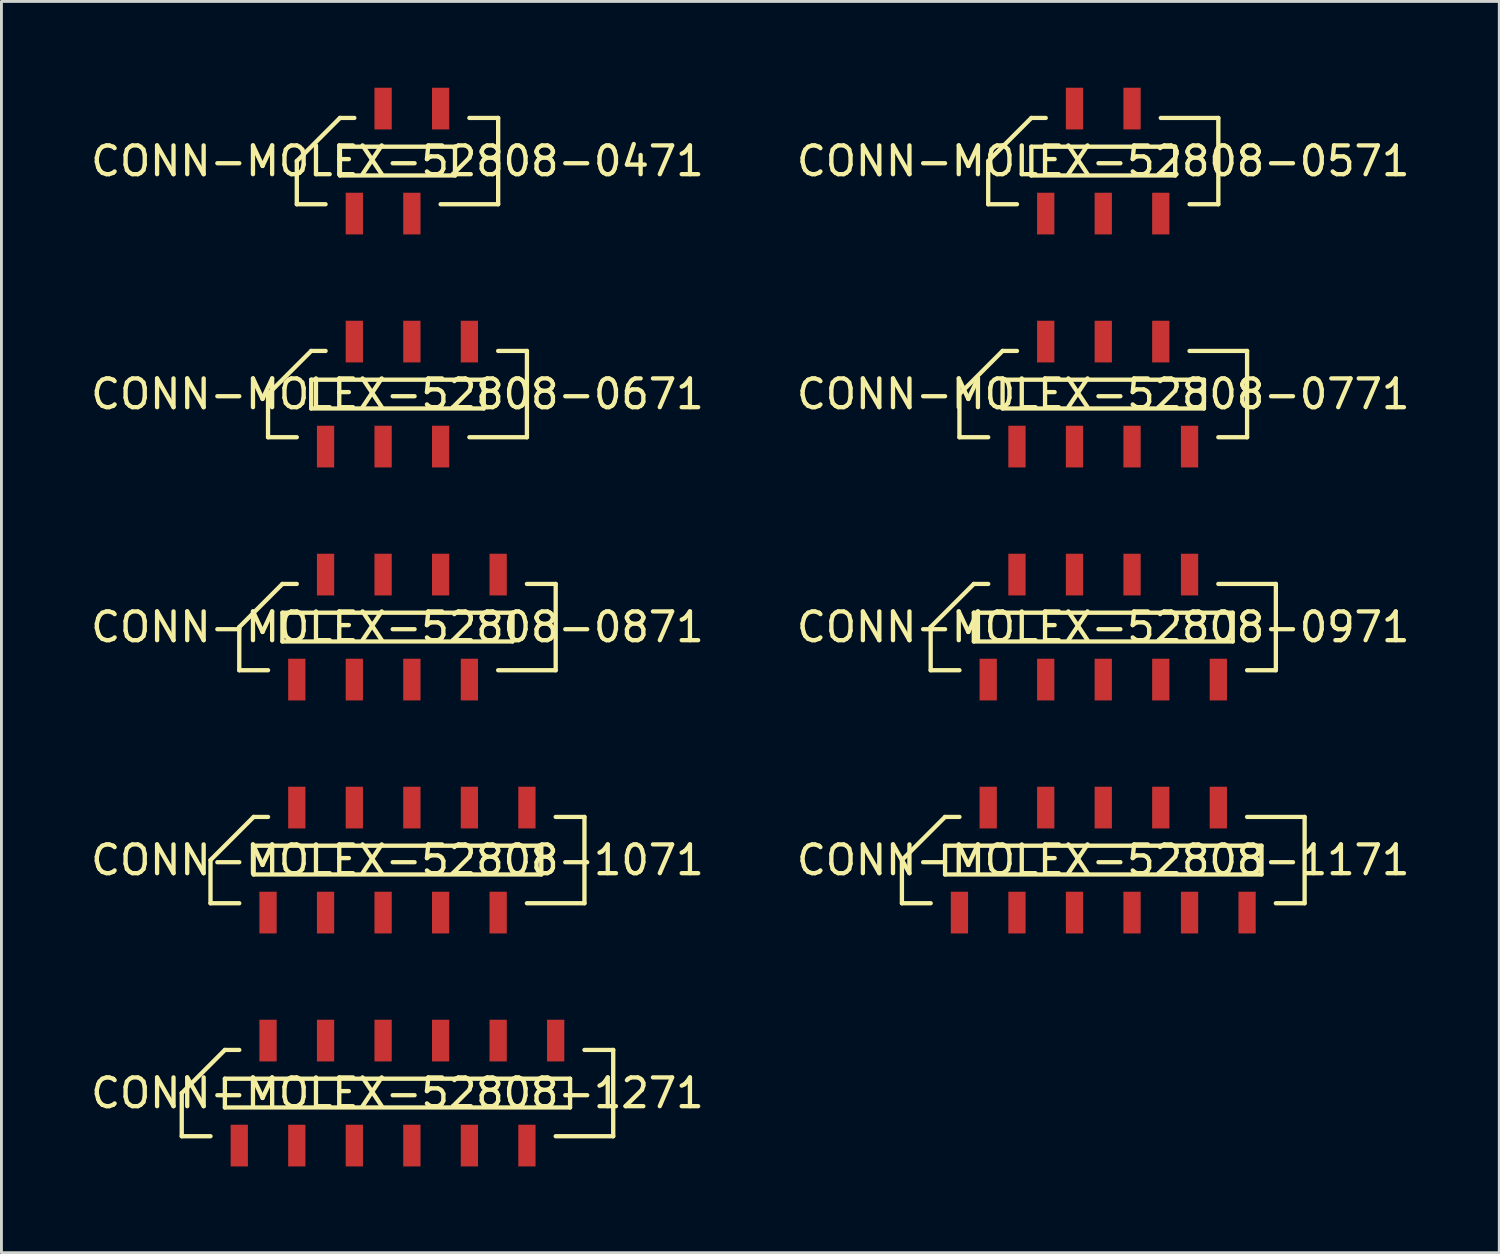
<source format=kicad_pcb>
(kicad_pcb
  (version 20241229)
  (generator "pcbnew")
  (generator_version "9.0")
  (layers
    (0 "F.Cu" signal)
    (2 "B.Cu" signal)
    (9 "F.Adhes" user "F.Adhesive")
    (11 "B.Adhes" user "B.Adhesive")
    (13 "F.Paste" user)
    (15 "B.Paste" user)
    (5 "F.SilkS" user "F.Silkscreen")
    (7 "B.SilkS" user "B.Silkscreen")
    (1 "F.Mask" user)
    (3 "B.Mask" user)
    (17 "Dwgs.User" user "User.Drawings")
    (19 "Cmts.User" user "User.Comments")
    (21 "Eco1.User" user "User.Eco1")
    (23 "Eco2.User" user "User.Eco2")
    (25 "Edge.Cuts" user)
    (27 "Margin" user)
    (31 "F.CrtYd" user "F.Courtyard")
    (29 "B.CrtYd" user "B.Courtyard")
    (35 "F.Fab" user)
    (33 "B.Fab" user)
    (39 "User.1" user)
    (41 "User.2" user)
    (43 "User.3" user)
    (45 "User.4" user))
  (footprint "CONN-MOLEX-52808-0871"
    (layer "F.Cu")
    (at 10.768 18.75)
    (property "Reference" "CONN-MOLEX-52808-0871" (at 0 0 0) (layer "F.SilkS") (effects (font (size 1 1) (thickness 0.15))))
    (attr through_hole)
    (fp_line (start -5.5 0) (end -5.5 1.5) (stroke (width 0.15) (type solid)) (layer "F.SilkS"))
    (fp_line (start -5.5 0) (end -4 -1.5) (stroke (width 0.15) (type solid)) (layer "F.SilkS"))
    (fp_line (start -4.5 1.5) (end -5.5 1.5) (stroke (width 0.15) (type solid)) (layer "F.SilkS"))
    (fp_line (start -4 -0.5) (end -4 0.5) (stroke (width 0.15) (type solid)) (layer "F.SilkS"))
    (fp_line (start -4 -0.5) (end 4 -0.5) (stroke (width 0.15) (type solid)) (layer "F.SilkS"))
    (fp_line (start -3.5 -1.5) (end -4 -1.5) (stroke (width 0.15) (type solid)) (layer "F.SilkS"))
    (fp_line (start 4 -0.5) (end 4 0.5) (stroke (width 0.15) (type solid)) (layer "F.SilkS"))
    (fp_line (start 4 0.5) (end -4 0.5) (stroke (width 0.15) (type solid)) (layer "F.SilkS"))
    (fp_line (start 4.5 -1.5) (end 5.5 -1.5) (stroke (width 0.15) (type solid)) (layer "F.SilkS"))
    (fp_line (start 5.5 -1.5) (end 5.5 1.5) (stroke (width 0.15) (type solid)) (layer "F.SilkS"))
    (fp_line (start 5.5 1.5) (end 3.5 1.5) (stroke (width 0.15) (type solid)) (layer "F.SilkS"))
    (pad "1" smd rect (at -3.5 1.825) (size 0.6 1.45) (layers "F.Cu" "F.Mask" "F.Paste"))
    (pad "2" smd rect (at -2.5 -1.825) (size 0.6 1.45) (layers "F.Cu" "F.Mask" "F.Paste"))
    (pad "3" smd rect (at -1.5 1.825) (size 0.6 1.45) (layers "F.Cu" "F.Mask" "F.Paste"))
    (pad "4" smd rect (at -0.5 -1.825) (size 0.6 1.45) (layers "F.Cu" "F.Mask" "F.Paste"))
    (pad "5" smd rect (at 0.5 1.825) (size 0.6 1.45) (layers "F.Cu" "F.Mask" "F.Paste"))
    (pad "6" smd rect (at 1.5 -1.825) (size 0.6 1.45) (layers "F.Cu" "F.Mask" "F.Paste"))
    (pad "7" smd rect (at 2.5 1.825) (size 0.6 1.45) (layers "F.Cu" "F.Mask" "F.Paste"))
    (pad "8" smd rect (at 3.5 -1.825) (size 0.6 1.45) (layers "F.Cu" "F.Mask" "F.Paste")))
  (footprint "CONN-MOLEX-52808-1171"
    (layer "F.Cu")
    (at 35.304 26.85)
    (property "Reference" "CONN-MOLEX-52808-1171" (at 0 0 0) (layer "F.SilkS") (effects (font (size 1 1) (thickness 0.15))))
    (attr through_hole)
    (fp_line (start -7 0) (end -7 1.5) (stroke (width 0.15) (type solid)) (layer "F.SilkS"))
    (fp_line (start -7 0) (end -5.5 -1.5) (stroke (width 0.15) (type solid)) (layer "F.SilkS"))
    (fp_line (start -6 1.5) (end -7 1.5) (stroke (width 0.15) (type solid)) (layer "F.SilkS"))
    (fp_line (start -5.5 -0.5) (end -5.5 0.5) (stroke (width 0.15) (type solid)) (layer "F.SilkS"))
    (fp_line (start -5.5 0.5) (end 5.5 0.5) (stroke (width 0.15) (type solid)) (layer "F.SilkS"))
    (fp_line (start -5 -1.5) (end -5.5 -1.5) (stroke (width 0.15) (type solid)) (layer "F.SilkS"))
    (fp_line (start 5.5 -0.5) (end -5.5 -0.5) (stroke (width 0.15) (type solid)) (layer "F.SilkS"))
    (fp_line (start 5.5 0.5) (end 5.5 -0.5) (stroke (width 0.15) (type solid)) (layer "F.SilkS"))
    (fp_line (start 6 1.5) (end 7 1.5) (stroke (width 0.15) (type solid)) (layer "F.SilkS"))
    (fp_line (start 7 -1.5) (end 5 -1.5) (stroke (width 0.15) (type solid)) (layer "F.SilkS"))
    (fp_line (start 7 -1.5) (end 7 1.5) (stroke (width 0.15) (type solid)) (layer "F.SilkS"))
    (pad "1" smd rect (at -5 1.825) (size 0.6 1.45) (layers "F.Cu" "F.Mask" "F.Paste"))
    (pad "2" smd rect (at -4 -1.825) (size 0.6 1.45) (layers "F.Cu" "F.Mask" "F.Paste"))
    (pad "3" smd rect (at -3 1.825) (size 0.6 1.45) (layers "F.Cu" "F.Mask" "F.Paste"))
    (pad "4" smd rect (at -2 -1.825) (size 0.6 1.45) (layers "F.Cu" "F.Mask" "F.Paste"))
    (pad "5" smd rect (at -1 1.825) (size 0.6 1.45) (layers "F.Cu" "F.Mask" "F.Paste"))
    (pad "6" smd rect (at 0 -1.825) (size 0.6 1.45) (layers "F.Cu" "F.Mask" "F.Paste"))
    (pad "7" smd rect (at 1 1.825) (size 0.6 1.45) (layers "F.Cu" "F.Mask" "F.Paste"))
    (pad "8" smd rect (at 2 -1.825) (size 0.6 1.45) (layers "F.Cu" "F.Mask" "F.Paste"))
    (pad "9" smd rect (at 3 1.825) (size 0.6 1.45) (layers "F.Cu" "F.Mask" "F.Paste"))
    (pad "10" smd rect (at 4 -1.825) (size 0.6 1.45) (layers "F.Cu" "F.Mask" "F.Paste"))
    (pad "11" smd rect (at 5 1.825) (size 0.6 1.45) (layers "F.Cu" "F.Mask" "F.Paste")))
  (footprint "CONN-MOLEX-52808-0971"
    (layer "F.Cu")
    (at 35.304 18.75)
    (property "Reference" "CONN-MOLEX-52808-0971" (at 0 0 0) (layer "F.SilkS") (effects (font (size 1 1) (thickness 0.15))))
    (attr through_hole)
    (fp_line (start -6 0) (end -6 1.5) (stroke (width 0.15) (type solid)) (layer "F.SilkS"))
    (fp_line (start -6 0) (end -4.5 -1.5) (stroke (width 0.15) (type solid)) (layer "F.SilkS"))
    (fp_line (start -5 1.5) (end -6 1.5) (stroke (width 0.15) (type solid)) (layer "F.SilkS"))
    (fp_line (start -4.5 -0.5) (end -4.5 0.5) (stroke (width 0.15) (type solid)) (layer "F.SilkS"))
    (fp_line (start -4.5 -0.5) (end 4.5 -0.5) (stroke (width 0.15) (type solid)) (layer "F.SilkS"))
    (fp_line (start -4 -1.5) (end -4.5 -1.5) (stroke (width 0.15) (type solid)) (layer "F.SilkS"))
    (fp_line (start 4.5 -0.5) (end 4.5 0.5) (stroke (width 0.15) (type solid)) (layer "F.SilkS"))
    (fp_line (start 4.5 0.5) (end -4.5 0.5) (stroke (width 0.15) (type solid)) (layer "F.SilkS"))
    (fp_line (start 5 1.5) (end 6 1.5) (stroke (width 0.15) (type solid)) (layer "F.SilkS"))
    (fp_line (start 6 -1.5) (end 4 -1.5) (stroke (width 0.15) (type solid)) (layer "F.SilkS"))
    (fp_line (start 6 -1.5) (end 6 1.5) (stroke (width 0.15) (type solid)) (layer "F.SilkS"))
    (pad "1" smd rect (at -4 1.825) (size 0.6 1.45) (layers "F.Cu" "F.Mask" "F.Paste"))
    (pad "2" smd rect (at -3 -1.825) (size 0.6 1.45) (layers "F.Cu" "F.Mask" "F.Paste"))
    (pad "3" smd rect (at -2 1.825) (size 0.6 1.45) (layers "F.Cu" "F.Mask" "F.Paste"))
    (pad "4" smd rect (at -1 -1.825) (size 0.6 1.45) (layers "F.Cu" "F.Mask" "F.Paste"))
    (pad "5" smd rect (at 0 1.825) (size 0.6 1.45) (layers "F.Cu" "F.Mask" "F.Paste"))
    (pad "6" smd rect (at 1 -1.825) (size 0.6 1.45) (layers "F.Cu" "F.Mask" "F.Paste"))
    (pad "7" smd rect (at 2 1.825) (size 0.6 1.45) (layers "F.Cu" "F.Mask" "F.Paste"))
    (pad "8" smd rect (at 3 -1.825) (size 0.6 1.45) (layers "F.Cu" "F.Mask" "F.Paste"))
    (pad "9" smd rect (at 4 1.825) (size 0.6 1.45) (layers "F.Cu" "F.Mask" "F.Paste")))
  (footprint "CONN-MOLEX-52808-0671"
    (layer "F.Cu")
    (at 10.768 10.65)
    (property "Reference" "CONN-MOLEX-52808-0671" (at 0 0 0) (layer "F.SilkS") (effects (font (size 1 1) (thickness 0.15))))
    (attr through_hole)
    (fp_line (start -4.5 0) (end -4.5 1.5) (stroke (width 0.15) (type solid)) (layer "F.SilkS"))
    (fp_line (start -4.5 0) (end -3 -1.5) (stroke (width 0.15) (type solid)) (layer "F.SilkS"))
    (fp_line (start -3.5 1.5) (end -4.5 1.5) (stroke (width 0.15) (type solid)) (layer "F.SilkS"))
    (fp_line (start -3 -0.5) (end -3 0.5) (stroke (width 0.15) (type solid)) (layer "F.SilkS"))
    (fp_line (start -3 -0.5) (end 3 -0.5) (stroke (width 0.15) (type solid)) (layer "F.SilkS"))
    (fp_line (start -2.5 -1.5) (end -3 -1.5) (stroke (width 0.15) (type solid)) (layer "F.SilkS"))
    (fp_line (start 3 -0.5) (end 3 0.5) (stroke (width 0.15) (type solid)) (layer "F.SilkS"))
    (fp_line (start 3 0.5) (end -3 0.5) (stroke (width 0.15) (type solid)) (layer "F.SilkS"))
    (fp_line (start 3.5 -1.5) (end 4.5 -1.5) (stroke (width 0.15) (type solid)) (layer "F.SilkS"))
    (fp_line (start 4.5 -1.5) (end 4.5 1.5) (stroke (width 0.15) (type solid)) (layer "F.SilkS"))
    (fp_line (start 4.5 1.5) (end 2.5 1.5) (stroke (width 0.15) (type solid)) (layer "F.SilkS"))
    (pad "1" smd rect (at -2.5 1.825) (size 0.6 1.45) (layers "F.Cu" "F.Mask" "F.Paste"))
    (pad "2" smd rect (at -1.5 -1.825) (size 0.6 1.45) (layers "F.Cu" "F.Mask" "F.Paste"))
    (pad "3" smd rect (at -0.5 1.825) (size 0.6 1.45) (layers "F.Cu" "F.Mask" "F.Paste"))
    (pad "4" smd rect (at 0.5 -1.825) (size 0.6 1.45) (layers "F.Cu" "F.Mask" "F.Paste"))
    (pad "5" smd rect (at 1.5 1.825) (size 0.6 1.45) (layers "F.Cu" "F.Mask" "F.Paste"))
    (pad "6" smd rect (at 2.5 -1.825) (size 0.6 1.45) (layers "F.Cu" "F.Mask" "F.Paste")))
  (footprint "CONN-MOLEX-52808-1271"
    (layer "F.Cu")
    (at 10.768 34.95)
    (property "Reference" "CONN-MOLEX-52808-1271" (at 0 0 0) (layer "F.SilkS") (effects (font (size 1 1) (thickness 0.15))))
    (attr through_hole)
    (fp_line (start -7.5 0) (end -7.5 1.5) (stroke (width 0.15) (type solid)) (layer "F.SilkS"))
    (fp_line (start -7.5 0) (end -6 -1.5) (stroke (width 0.15) (type solid)) (layer "F.SilkS"))
    (fp_line (start -6.5 1.5) (end -7.5 1.5) (stroke (width 0.15) (type solid)) (layer "F.SilkS"))
    (fp_line (start -6 -0.5) (end -6 0.5) (stroke (width 0.15) (type solid)) (layer "F.SilkS"))
    (fp_line (start -6 -0.5) (end 6 -0.5) (stroke (width 0.15) (type solid)) (layer "F.SilkS"))
    (fp_line (start -5.5 -1.5) (end -6 -1.5) (stroke (width 0.15) (type solid)) (layer "F.SilkS"))
    (fp_line (start 6 -0.5) (end 6 0.5) (stroke (width 0.15) (type solid)) (layer "F.SilkS"))
    (fp_line (start 6 0.5) (end -6 0.5) (stroke (width 0.15) (type solid)) (layer "F.SilkS"))
    (fp_line (start 6.5 -1.5) (end 7.5 -1.5) (stroke (width 0.15) (type solid)) (layer "F.SilkS"))
    (fp_line (start 7.5 -1.5) (end 7.5 1.5) (stroke (width 0.15) (type solid)) (layer "F.SilkS"))
    (fp_line (start 7.5 1.5) (end 5.5 1.5) (stroke (width 0.15) (type solid)) (layer "F.SilkS"))
    (pad "1" smd rect (at -5.5 1.825) (size 0.6 1.45) (layers "F.Cu" "F.Mask" "F.Paste"))
    (pad "2" smd rect (at -4.5 -1.825) (size 0.6 1.45) (layers "F.Cu" "F.Mask" "F.Paste"))
    (pad "3" smd rect (at -3.5 1.825) (size 0.6 1.45) (layers "F.Cu" "F.Mask" "F.Paste"))
    (pad "4" smd rect (at -2.5 -1.825) (size 0.6 1.45) (layers "F.Cu" "F.Mask" "F.Paste"))
    (pad "5" smd rect (at -1.5 1.825) (size 0.6 1.45) (layers "F.Cu" "F.Mask" "F.Paste"))
    (pad "6" smd rect (at -0.5 -1.825) (size 0.6 1.45) (layers "F.Cu" "F.Mask" "F.Paste"))
    (pad "7" smd rect (at 0.5 1.825) (size 0.6 1.45) (layers "F.Cu" "F.Mask" "F.Paste"))
    (pad "8" smd rect (at 1.5 -1.825) (size 0.6 1.45) (layers "F.Cu" "F.Mask" "F.Paste"))
    (pad "9" smd rect (at 2.5 1.825) (size 0.6 1.45) (layers "F.Cu" "F.Mask" "F.Paste"))
    (pad "10" smd rect (at 3.5 -1.825) (size 0.6 1.45) (layers "F.Cu" "F.Mask" "F.Paste"))
    (pad "11" smd rect (at 4.5 1.825) (size 0.6 1.45) (layers "F.Cu" "F.Mask" "F.Paste"))
    (pad "12" smd rect (at 5.5 -1.825) (size 0.6 1.45) (layers "F.Cu" "F.Mask" "F.Paste")))
  (footprint "CONN-MOLEX-52808-0571"
    (layer "F.Cu")
    (at 35.304 2.55)
    (property "Reference" "CONN-MOLEX-52808-0571" (at 0 0 0) (layer "F.SilkS") (effects (font (size 1 1) (thickness 0.15))))
    (attr through_hole)
    (fp_line (start -4 0) (end -4 1.5) (stroke (width 0.15) (type solid)) (layer "F.SilkS"))
    (fp_line (start -4 0) (end -2.5 -1.5) (stroke (width 0.15) (type solid)) (layer "F.SilkS"))
    (fp_line (start -3 1.5) (end -4 1.5) (stroke (width 0.15) (type solid)) (layer "F.SilkS"))
    (fp_line (start -2.5 -0.5) (end -2.5 0.5) (stroke (width 0.15) (type solid)) (layer "F.SilkS"))
    (fp_line (start -2.5 -0.5) (end 2.5 -0.5) (stroke (width 0.15) (type solid)) (layer "F.SilkS"))
    (fp_line (start -2 -1.5) (end -2.5 -1.5) (stroke (width 0.15) (type solid)) (layer "F.SilkS"))
    (fp_line (start 2.5 -0.5) (end 2.5 0.5) (stroke (width 0.15) (type solid)) (layer "F.SilkS"))
    (fp_line (start 2.5 0.5) (end -2.5 0.5) (stroke (width 0.15) (type solid)) (layer "F.SilkS"))
    (fp_line (start 3 1.5) (end 4 1.5) (stroke (width 0.15) (type solid)) (layer "F.SilkS"))
    (fp_line (start 4 -1.5) (end 2 -1.5) (stroke (width 0.15) (type solid)) (layer "F.SilkS"))
    (fp_line (start 4 -1.5) (end 4 1.5) (stroke (width 0.15) (type solid)) (layer "F.SilkS"))
    (pad "1" smd rect (at -2 1.825) (size 0.6 1.45) (layers "F.Cu" "F.Mask" "F.Paste"))
    (pad "2" smd rect (at -1 -1.825) (size 0.6 1.45) (layers "F.Cu" "F.Mask" "F.Paste"))
    (pad "3" smd rect (at 0 1.825) (size 0.6 1.45) (layers "F.Cu" "F.Mask" "F.Paste"))
    (pad "4" smd rect (at 1 -1.825) (size 0.6 1.45) (layers "F.Cu" "F.Mask" "F.Paste"))
    (pad "5" smd rect (at 2 1.825) (size 0.6 1.45) (layers "F.Cu" "F.Mask" "F.Paste")))
  (footprint "CONN-MOLEX-52808-1071"
    (layer "F.Cu")
    (at 10.768 26.85)
    (property "Reference" "CONN-MOLEX-52808-1071" (at 0 0 0) (layer "F.SilkS") (effects (font (size 1 1) (thickness 0.15))))
    (attr through_hole)
    (fp_line (start -6.5 0) (end -6.5 1.5) (stroke (width 0.15) (type solid)) (layer "F.SilkS"))
    (fp_line (start -6.5 0) (end -5 -1.5) (stroke (width 0.15) (type solid)) (layer "F.SilkS"))
    (fp_line (start -5.5 1.5) (end -6.5 1.5) (stroke (width 0.15) (type solid)) (layer "F.SilkS"))
    (fp_line (start -5 -0.5) (end -5 0.5) (stroke (width 0.15) (type solid)) (layer "F.SilkS"))
    (fp_line (start -5 0.5) (end 5 0.5) (stroke (width 0.15) (type solid)) (layer "F.SilkS"))
    (fp_line (start -4.5 -1.5) (end -5 -1.5) (stroke (width 0.15) (type solid)) (layer "F.SilkS"))
    (fp_line (start 5 -0.5) (end -5 -0.5) (stroke (width 0.15) (type solid)) (layer "F.SilkS"))
    (fp_line (start 5 0.5) (end 5 -0.5) (stroke (width 0.15) (type solid)) (layer "F.SilkS"))
    (fp_line (start 5.5 -1.5) (end 6.5 -1.5) (stroke (width 0.15) (type solid)) (layer "F.SilkS"))
    (fp_line (start 6.5 -1.5) (end 6.5 1.5) (stroke (width 0.15) (type solid)) (layer "F.SilkS"))
    (fp_line (start 6.5 1.5) (end 4.5 1.5) (stroke (width 0.15) (type solid)) (layer "F.SilkS"))
    (pad "1" smd rect (at -4.5 1.825) (size 0.6 1.45) (layers "F.Cu" "F.Mask" "F.Paste"))
    (pad "2" smd rect (at -3.5 -1.825) (size 0.6 1.45) (layers "F.Cu" "F.Mask" "F.Paste"))
    (pad "3" smd rect (at -2.5 1.825) (size 0.6 1.45) (layers "F.Cu" "F.Mask" "F.Paste"))
    (pad "4" smd rect (at -1.5 -1.825) (size 0.6 1.45) (layers "F.Cu" "F.Mask" "F.Paste"))
    (pad "5" smd rect (at -0.5 1.825) (size 0.6 1.45) (layers "F.Cu" "F.Mask" "F.Paste"))
    (pad "6" smd rect (at 0.5 -1.825) (size 0.6 1.45) (layers "F.Cu" "F.Mask" "F.Paste"))
    (pad "7" smd rect (at 1.5 1.825) (size 0.6 1.45) (layers "F.Cu" "F.Mask" "F.Paste"))
    (pad "8" smd rect (at 2.5 -1.825) (size 0.6 1.45) (layers "F.Cu" "F.Mask" "F.Paste"))
    (pad "9" smd rect (at 3.5 1.825) (size 0.6 1.45) (layers "F.Cu" "F.Mask" "F.Paste"))
    (pad "10" smd rect (at 4.5 -1.825) (size 0.6 1.45) (layers "F.Cu" "F.Mask" "F.Paste")))
  (footprint "CONN-MOLEX-52808-0471"
    (layer "F.Cu")
    (at 10.768 2.55)
    (property "Reference" "CONN-MOLEX-52808-0471" (at 0 0 0) (layer "F.SilkS") (effects (font (size 1 1) (thickness 0.15))))
    (attr through_hole)
    (fp_line (start -3.5 0) (end -3.5 1.5) (stroke (width 0.15) (type solid)) (layer "F.SilkS"))
    (fp_line (start -3.5 0) (end -2 -1.5) (stroke (width 0.15) (type solid)) (layer "F.SilkS"))
    (fp_line (start -2.5 1.5) (end -3.5 1.5) (stroke (width 0.15) (type solid)) (layer "F.SilkS"))
    (fp_line (start -2 -0.5) (end -2 0.5) (stroke (width 0.15) (type solid)) (layer "F.SilkS"))
    (fp_line (start -2 0.5) (end 2 0.5) (stroke (width 0.15) (type solid)) (layer "F.SilkS"))
    (fp_line (start -1.5 -1.5) (end -2 -1.5) (stroke (width 0.15) (type solid)) (layer "F.SilkS"))
    (fp_line (start 2 -0.5) (end -2 -0.5) (stroke (width 0.15) (type solid)) (layer "F.SilkS"))
    (fp_line (start 2 0.5) (end 2 -0.5) (stroke (width 0.15) (type solid)) (layer "F.SilkS"))
    (fp_line (start 2.5 -1.5) (end 3.5 -1.5) (stroke (width 0.15) (type solid)) (layer "F.SilkS"))
    (fp_line (start 3.5 -1.5) (end 3.5 1.5) (stroke (width 0.15) (type solid)) (layer "F.SilkS"))
    (fp_line (start 3.5 1.5) (end 1.5 1.5) (stroke (width 0.15) (type solid)) (layer "F.SilkS"))
    (pad "1" smd rect (at -1.5 1.825) (size 0.6 1.45) (layers "F.Cu" "F.Mask" "F.Paste"))
    (pad "2" smd rect (at -0.5 -1.825) (size 0.6 1.45) (layers "F.Cu" "F.Mask" "F.Paste"))
    (pad "3" smd rect (at 0.5 1.825) (size 0.6 1.45) (layers "F.Cu" "F.Mask" "F.Paste"))
    (pad "4" smd rect (at 1.5 -1.825) (size 0.6 1.45) (layers "F.Cu" "F.Mask" "F.Paste")))
  (footprint "CONN-MOLEX-52808-0771"
    (layer "F.Cu")
    (at 35.304 10.65)
    (property "Reference" "CONN-MOLEX-52808-0771" (at 0 0 0) (layer "F.SilkS") (effects (font (size 1 1) (thickness 0.15))))
    (attr through_hole)
    (fp_line (start -5 0) (end -5 1.5) (stroke (width 0.15) (type solid)) (layer "F.SilkS"))
    (fp_line (start -5 0) (end -3.5 -1.5) (stroke (width 0.15) (type solid)) (layer "F.SilkS"))
    (fp_line (start -4 1.5) (end -5 1.5) (stroke (width 0.15) (type solid)) (layer "F.SilkS"))
    (fp_line (start -3.5 -0.5) (end -3.5 0.5) (stroke (width 0.15) (type solid)) (layer "F.SilkS"))
    (fp_line (start -3.5 -0.5) (end 3.5 -0.5) (stroke (width 0.15) (type solid)) (layer "F.SilkS"))
    (fp_line (start -3 -1.5) (end -3.5 -1.5) (stroke (width 0.15) (type solid)) (layer "F.SilkS"))
    (fp_line (start 3.5 -0.5) (end 3.5 0.5) (stroke (width 0.15) (type solid)) (layer "F.SilkS"))
    (fp_line (start 3.5 0.5) (end -3.5 0.5) (stroke (width 0.15) (type solid)) (layer "F.SilkS"))
    (fp_line (start 4 1.5) (end 5 1.5) (stroke (width 0.15) (type solid)) (layer "F.SilkS"))
    (fp_line (start 5 -1.5) (end 3 -1.5) (stroke (width 0.15) (type solid)) (layer "F.SilkS"))
    (fp_line (start 5 -1.5) (end 5 1.5) (stroke (width 0.15) (type solid)) (layer "F.SilkS"))
    (pad "1" smd rect (at -3 1.825) (size 0.6 1.45) (layers "F.Cu" "F.Mask" "F.Paste"))
    (pad "2" smd rect (at -2 -1.825) (size 0.6 1.45) (layers "F.Cu" "F.Mask" "F.Paste"))
    (pad "3" smd rect (at -1 1.825) (size 0.6 1.45) (layers "F.Cu" "F.Mask" "F.Paste"))
    (pad "4" smd rect (at 0 -1.825) (size 0.6 1.45) (layers "F.Cu" "F.Mask" "F.Paste"))
    (pad "5" smd rect (at 1 1.825) (size 0.6 1.45) (layers "F.Cu" "F.Mask" "F.Paste"))
    (pad "6" smd rect (at 2 -1.825) (size 0.6 1.45) (layers "F.Cu" "F.Mask" "F.Paste"))
    (pad "7" smd rect (at 3 1.825) (size 0.6 1.45) (layers "F.Cu" "F.Mask" "F.Paste")))
  (gr_rect
    (start -3 -3)
    (end 49.071 40.5)
    (stroke (width 0.1) (type default))
    (fill no)
    (layer "Edge.Cuts")))
</source>
